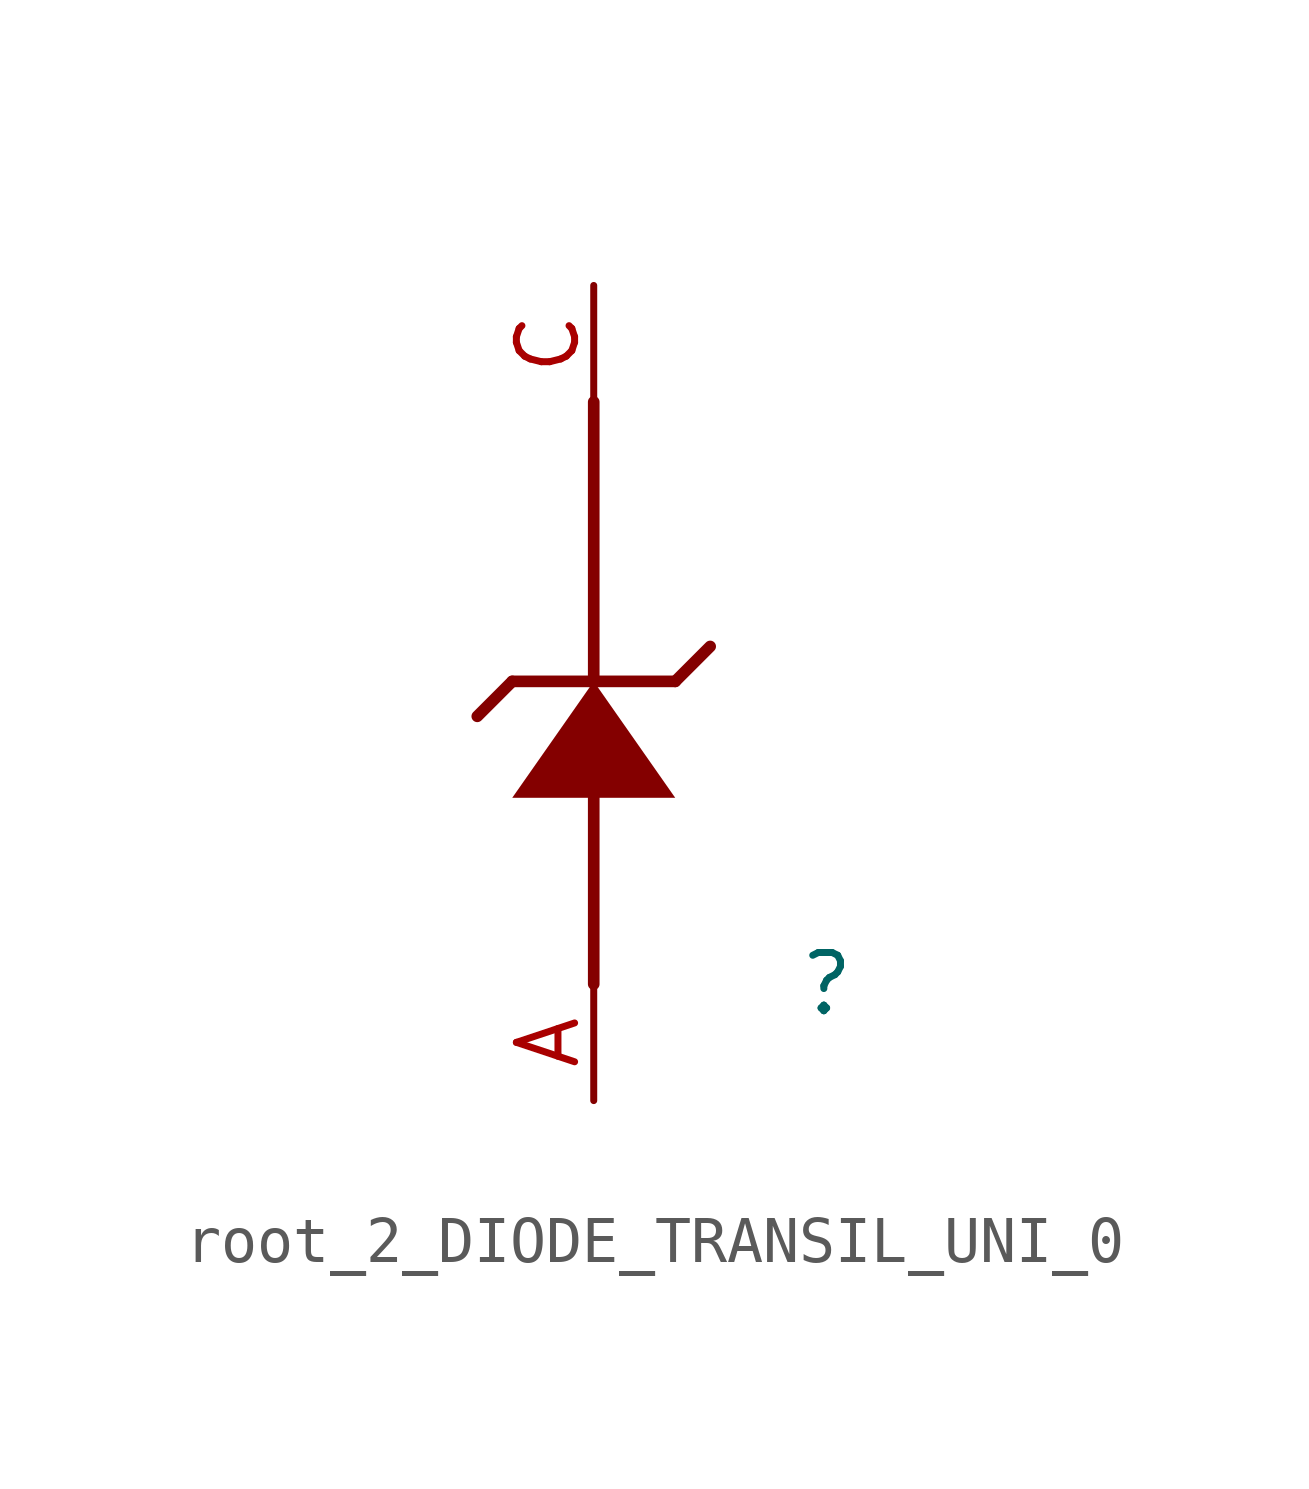
<source format=kicad_sym>
(kicad_symbol_lib
  (version 20231120)
  (generator "kicad_symbol_editor")
  (generator_version "8.0")
  (symbol "root_2_DIODE_TRANSIL_UNI_0"
    (property "Reference" ""
      (at 0 0 0)
      (effects (font (size 1.27 1.27))))
    (property "Value" ""
      (at 0 0 0)
      (effects (font (size 1.27 1.27))))
    (symbol "root_2_DIODE_TRANSIL_UNI_0_1_0"
      (polyline (pts (xy -7.62 5.842) (xy -6.858 6.604)) (stroke (width 0.254) (type solid)) (fill (type none)))
      (polyline (pts (xy -5.08 0) (xy -5.08 5.08)) (stroke (width 0.254) (type solid)) (fill (type none)))
      (polyline (pts (xy -5.08 6.604) (xy -5.08 12.7)) (stroke (width 0.254) (type solid)) (fill (type none)))
      (polyline (pts (xy -3.302 6.604) (xy -6.858 6.604)) (stroke (width 0.254) (type solid)) (fill (type none)))
      (polyline (pts (xy -2.54 7.366) (xy -3.302 6.604)) (stroke (width 0.254) (type solid)) (fill (type none)))
      (polyline (pts (xy -5.08 6.604) (xy -5.08 6.604) (xy -3.302 4.064) (xy -6.858 4.064) (xy -5.08 6.604) (xy -5.08 6.604)) (stroke (width -0.0001) (type solid)) (fill (type outline)))
      (pin passive line (at -5.08 -2.54 90) (length 2.54) (name "A" (effects (font (size 0 0)))) (number "A" (effects (font (size 1.27 1.27)))))
      (pin passive line (at -5.08 15.24 270) (length 2.54) (name "C" (effects (font (size 0 0)))) (number "C" (effects (font (size 1.27 1.27))))))))
</source>
